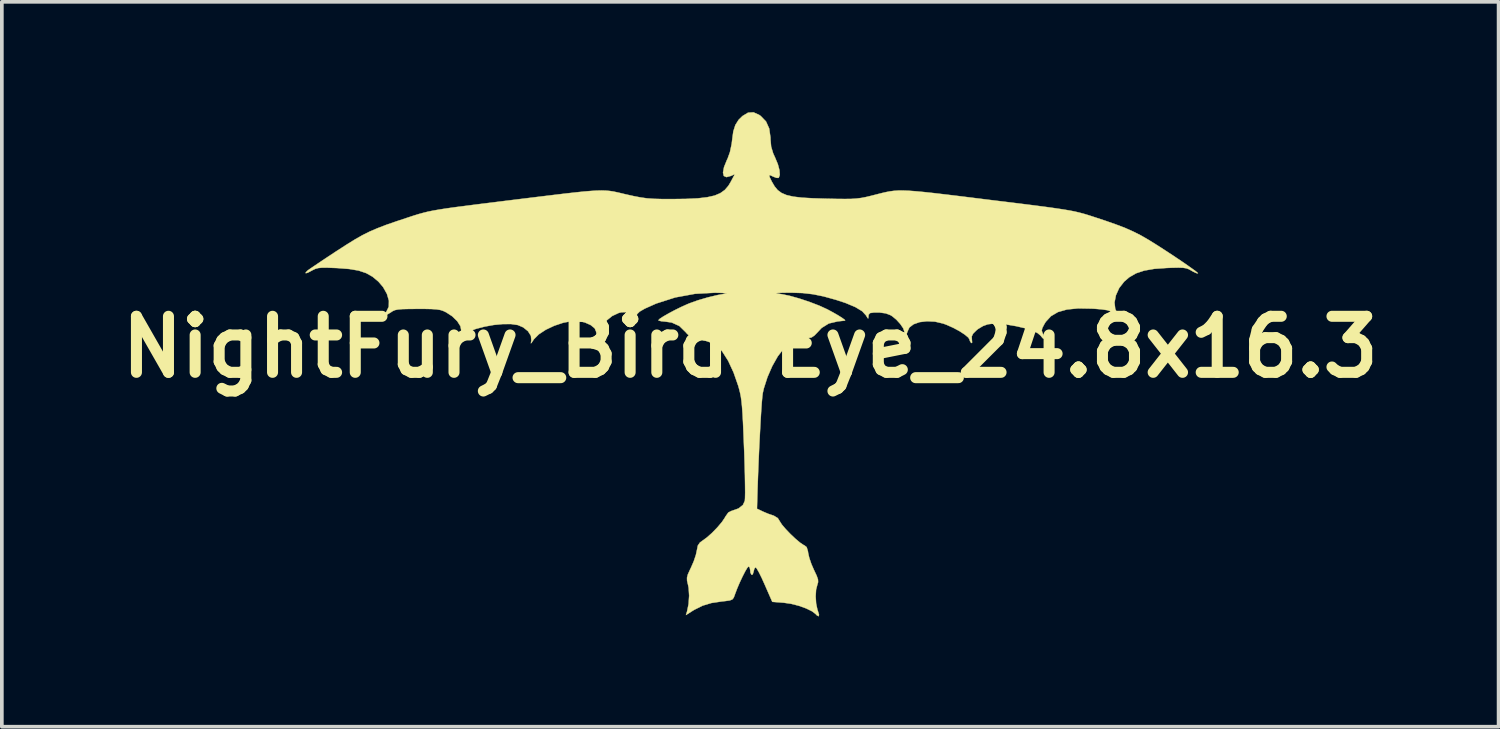
<source format=kicad_pcb>
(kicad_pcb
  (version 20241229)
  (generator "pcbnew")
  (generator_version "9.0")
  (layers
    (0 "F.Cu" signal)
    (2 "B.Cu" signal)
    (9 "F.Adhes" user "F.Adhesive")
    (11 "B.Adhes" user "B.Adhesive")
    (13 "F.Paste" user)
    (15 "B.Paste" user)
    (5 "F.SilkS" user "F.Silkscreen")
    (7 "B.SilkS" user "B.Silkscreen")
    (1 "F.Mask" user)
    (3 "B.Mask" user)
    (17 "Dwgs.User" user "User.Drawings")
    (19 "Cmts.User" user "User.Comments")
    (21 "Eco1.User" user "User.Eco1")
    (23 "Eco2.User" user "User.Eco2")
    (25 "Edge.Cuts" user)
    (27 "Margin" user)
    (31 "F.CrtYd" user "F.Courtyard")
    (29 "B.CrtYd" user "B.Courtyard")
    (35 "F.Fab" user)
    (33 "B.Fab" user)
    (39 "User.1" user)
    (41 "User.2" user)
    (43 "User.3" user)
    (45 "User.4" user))
  (footprint "NightFury_BirdsEye_24.8x16.3"
    (layer "F.Cu")
    (at 17.352 6.386)
    (property "Reference" "NightFury_BirdsEye_24.8x16.3" (at 0 0 0) (layer "F.SilkS") (effects (font (size 1.524 1.524) (thickness 0.3))))
    (attr through_hole)
    (fp_poly (pts (xy 0.249 -6.308) (xy 0.286 -6.281) (xy 0.43 -6.132) (xy 0.516 -5.941) (xy 0.551 -5.696) (xy 0.552 -5.642) (xy 0.569 -5.447) (xy 0.625 -5.263) (xy 0.679 -5.145) (xy 0.752 -4.969) (xy 0.795 -4.808) (xy 0.804 -4.68) (xy 0.777 -4.604) (xy 0.77 -4.598) (xy 0.711 -4.6) (xy 0.621 -4.635) (xy 0.544 -4.672) (xy 0.515 -4.667) (xy 0.532 -4.611) (xy 0.588 -4.496) (xy 0.663 -4.368) (xy 0.747 -4.266) (xy 0.853 -4.188) (xy 0.99 -4.13) (xy 1.17 -4.089) (xy 1.403 -4.061) (xy 1.699 -4.044) (xy 2.053 -4.033) (xy 2.348 -4.027) (xy 2.575 -4.025) (xy 2.751 -4.027) (xy 2.894 -4.037) (xy 3.021 -4.053) (xy 3.15 -4.078) (xy 3.296 -4.113) (xy 3.323 -4.12) (xy 3.464 -4.156) (xy 3.586 -4.187) (xy 3.695 -4.212) (xy 3.8 -4.232) (xy 3.906 -4.246) (xy 4.021 -4.254) (xy 4.154 -4.255) (xy 4.309 -4.249) (xy 4.496 -4.235) (xy 4.721 -4.214) (xy 4.991 -4.185) (xy 5.314 -4.147) (xy 5.697 -4.101) (xy 6.147 -4.045) (xy 6.671 -3.98) (xy 6.879 -3.955) (xy 7.334 -3.899) (xy 7.715 -3.851) (xy 8.03 -3.81) (xy 8.289 -3.774) (xy 8.502 -3.742) (xy 8.678 -3.713) (xy 8.826 -3.684) (xy 8.956 -3.653) (xy 9.077 -3.621) (xy 9.199 -3.584) (xy 9.313 -3.547) (xy 9.665 -3.431) (xy 9.954 -3.329) (xy 10.198 -3.236) (xy 10.414 -3.14) (xy 10.622 -3.035) (xy 10.838 -2.91) (xy 11.081 -2.759) (xy 11.37 -2.572) (xy 11.383 -2.563) (xy 11.614 -2.41) (xy 11.818 -2.272) (xy 11.984 -2.155) (xy 12.105 -2.068) (xy 12.169 -2.015) (xy 12.177 -2.003) (xy 12.131 -2.009) (xy 12.041 -2.051) (xy 12.001 -2.075) (xy 11.93 -2.114) (xy 11.859 -2.14) (xy 11.769 -2.154) (xy 11.642 -2.158) (xy 11.459 -2.154) (xy 11.332 -2.149) (xy 10.989 -2.125) (xy 10.714 -2.077) (xy 10.491 -2.003) (xy 10.306 -1.895) (xy 10.171 -1.779) (xy 10.034 -1.603) (xy 9.945 -1.406) (xy 9.907 -1.209) (xy 9.927 -1.033) (xy 9.972 -0.941) (xy 10.014 -0.867) (xy 9.997 -0.853) (xy 9.92 -0.897) (xy 9.872 -0.932) (xy 9.8 -0.973) (xy 9.702 -1.002) (xy 9.559 -1.023) (xy 9.355 -1.04) (xy 9.292 -1.043) (xy 8.917 -1.05) (xy 8.612 -1.019) (xy 8.369 -0.95) (xy 8.18 -0.839) (xy 8.037 -0.684) (xy 7.997 -0.619) (xy 7.942 -0.513) (xy 7.928 -0.444) (xy 7.952 -0.375) (xy 7.976 -0.333) (xy 8.014 -0.245) (xy 8 -0.214) (xy 7.95 -0.243) (xy 7.896 -0.311) (xy 7.811 -0.381) (xy 7.66 -0.45) (xy 7.461 -0.513) (xy 7.234 -0.566) (xy 6.997 -0.606) (xy 6.768 -0.629) (xy 6.566 -0.63) (xy 6.46 -0.617) (xy 6.331 -0.57) (xy 6.194 -0.488) (xy 6.155 -0.456) (xy 6.061 -0.363) (xy 6.024 -0.287) (xy 6.028 -0.202) (xy 6.035 -0.12) (xy 6.011 -0.106) (xy 5.972 -0.167) (xy 5.969 -0.193) (xy 5.933 -0.255) (xy 5.835 -0.337) (xy 5.693 -0.43) (xy 5.524 -0.521) (xy 5.345 -0.601) (xy 5.249 -0.637) (xy 5.026 -0.689) (xy 4.807 -0.7) (xy 4.607 -0.676) (xy 4.442 -0.618) (xy 4.328 -0.53) (xy 4.283 -0.432) (xy 4.254 -0.355) (xy 4.215 -0.345) (xy 4.192 -0.403) (xy 4.191 -0.422) (xy 4.16 -0.511) (xy 4.081 -0.626) (xy 3.975 -0.743) (xy 3.861 -0.837) (xy 3.814 -0.866) (xy 3.685 -0.915) (xy 3.526 -0.936) (xy 3.355 -0.936) (xy 3.258 -0.922) (xy 3.22 -0.876) (xy 3.216 -0.836) (xy 3.211 -0.777) (xy 3.193 -0.785) (xy 3.151 -0.857) (xy 3.046 -0.972) (xy 2.858 -1.086) (xy 2.585 -1.2) (xy 2.328 -1.284) (xy 1.995 -1.376) (xy 1.705 -1.435) (xy 1.425 -1.467) (xy 1.121 -1.477) (xy 1.04 -1.477) (xy 0.852 -1.474) (xy 0.742 -1.47) (xy 0.705 -1.465) (xy 0.733 -1.455) (xy 0.821 -1.441) (xy 0.857 -1.436) (xy 1.074 -1.391) (xy 1.337 -1.317) (xy 1.616 -1.224) (xy 1.882 -1.122) (xy 2.104 -1.02) (xy 2.105 -1.019) (xy 2.255 -0.938) (xy 2.394 -0.858) (xy 2.505 -0.787) (xy 2.573 -0.737) (xy 2.582 -0.718) (xy 2.531 -0.712) (xy 2.427 -0.701) (xy 2.379 -0.696) (xy 2.137 -0.639) (xy 1.942 -0.518) (xy 1.833 -0.402) (xy 1.746 -0.312) (xy 1.667 -0.259) (xy 1.645 -0.254) (xy 1.494 -0.232) (xy 1.31 -0.174) (xy 1.126 -0.095) (xy 0.973 -0.005) (xy 0.905 0.052) (xy 0.748 0.257) (xy 0.599 0.521) (xy 0.469 0.819) (xy 0.371 1.124) (xy 0.341 1.255) (xy 0.329 1.35) (xy 0.314 1.519) (xy 0.298 1.749) (xy 0.281 2.03) (xy 0.264 2.349) (xy 0.246 2.696) (xy 0.23 3.058) (xy 0.215 3.425) (xy 0.202 3.785) (xy 0.194 4.04) (xy 0.184 4.4) (xy 0.356 4.48) (xy 0.491 4.537) (xy 0.613 4.579) (xy 0.64 4.587) (xy 0.75 4.654) (xy 0.804 4.741) (xy 0.861 4.83) (xy 0.964 4.951) (xy 1.093 5.086) (xy 1.23 5.215) (xy 1.357 5.322) (xy 1.454 5.387) (xy 1.474 5.395) (xy 1.535 5.444) (xy 1.569 5.554) (xy 1.576 5.604) (xy 1.606 5.736) (xy 1.664 5.905) (xy 1.736 6.069) (xy 1.808 6.222) (xy 1.843 6.324) (xy 1.846 6.397) (xy 1.827 6.459) (xy 1.791 6.598) (xy 1.78 6.782) (xy 1.792 6.976) (xy 1.827 7.142) (xy 1.839 7.177) (xy 1.871 7.28) (xy 1.86 7.323) (xy 1.812 7.298) (xy 1.783 7.266) (xy 1.682 7.188) (xy 1.521 7.109) (xy 1.323 7.038) (xy 1.112 6.984) (xy 0.912 6.955) (xy 0.911 6.955) (xy 0.6 6.931) (xy 0.394 6.461) (xy 0.312 6.279) (xy 0.238 6.13) (xy 0.18 6.029) (xy 0.148 5.99) (xy 0.147 5.99) (xy 0.113 6.027) (xy 0.092 6.107) (xy 0.068 6.187) (xy 0.033 6.193) (xy 0.005 6.133) (xy 0 6.072) (xy -0.015 5.994) (xy -0.043 5.969) (xy -0.079 6.005) (xy -0.137 6.102) (xy -0.208 6.24) (xy -0.284 6.402) (xy -0.355 6.568) (xy -0.413 6.721) (xy -0.419 6.74) (xy -0.449 6.818) (xy -0.486 6.865) (xy -0.554 6.892) (xy -0.672 6.909) (xy -0.766 6.919) (xy -1.054 6.962) (xy -1.293 7.034) (xy -1.517 7.145) (xy -1.568 7.176) (xy -1.748 7.29) (xy -1.717 7.19) (xy -1.676 6.99) (xy -1.661 6.763) (xy -1.674 6.552) (xy -1.693 6.459) (xy -1.717 6.357) (xy -1.719 6.274) (xy -1.695 6.183) (xy -1.637 6.055) (xy -1.608 5.995) (xy -1.535 5.827) (xy -1.478 5.657) (xy -1.451 5.532) (xy -1.424 5.4) (xy -1.367 5.317) (xy -1.304 5.272) (xy -1.179 5.181) (xy -1.034 5.052) (xy -0.891 4.904) (xy -0.77 4.761) (xy -0.69 4.643) (xy -0.68 4.621) (xy -0.596 4.502) (xy -0.513 4.46) (xy -0.319 4.392) (xy -0.198 4.296) (xy -0.146 4.183) (xy -0.141 4.108) (xy -0.138 3.96) (xy -0.14 3.75) (xy -0.144 3.49) (xy -0.152 3.192) (xy -0.162 2.868) (xy -0.168 2.733) (xy -0.183 2.356) (xy -0.196 2.053) (xy -0.209 1.812) (xy -0.223 1.62) (xy -0.238 1.468) (xy -0.256 1.342) (xy -0.279 1.232) (xy -0.306 1.127) (xy -0.325 1.059) (xy -0.453 0.692) (xy -0.599 0.377) (xy -0.758 0.127) (xy -0.808 0.066) (xy -0.932 -0.044) (xy -1.097 -0.128) (xy -1.215 -0.169) (xy -1.367 -0.212) (xy -1.494 -0.243) (xy -1.566 -0.254) (xy -1.636 -0.286) (xy -1.723 -0.365) (xy -1.754 -0.402) (xy -1.927 -0.571) (xy -2.135 -0.665) (xy -2.309 -0.69) (xy -2.422 -0.701) (xy -2.489 -0.719) (xy -2.497 -0.728) (xy -2.462 -0.765) (xy -2.366 -0.828) (xy -2.227 -0.908) (xy -2.061 -0.997) (xy -1.885 -1.084) (xy -1.715 -1.161) (xy -1.655 -1.186) (xy -1.423 -1.269) (xy -1.154 -1.348) (xy -0.887 -1.412) (xy -0.659 -1.453) (xy -0.656 -1.453) (xy -0.642 -1.46) (xy -0.701 -1.467) (xy -0.821 -1.472) (xy -0.958 -1.475) (xy -1.5 -1.446) (xy -2.04 -1.347) (xy -2.556 -1.182) (xy -2.868 -1.043) (xy -3.006 -0.963) (xy -3.076 -0.894) (xy -3.093 -0.835) (xy -3.097 -0.768) (xy -3.112 -0.783) (xy -3.132 -0.83) (xy -3.206 -0.91) (xy -3.337 -0.949) (xy -3.503 -0.943) (xy -3.573 -0.927) (xy -3.753 -0.843) (xy -3.928 -0.703) (xy -4.072 -0.53) (xy -4.107 -0.47) (xy -4.157 -0.381) (xy -4.182 -0.363) (xy -4.189 -0.409) (xy -4.189 -0.413) (xy -4.23 -0.509) (xy -4.339 -0.597) (xy -4.497 -0.667) (xy -4.65 -0.703) (xy -4.852 -0.704) (xy -5.086 -0.659) (xy -5.329 -0.578) (xy -5.558 -0.47) (xy -5.75 -0.344) (xy -5.883 -0.21) (xy -5.892 -0.196) (xy -5.947 -0.113) (xy -5.965 -0.099) (xy -5.958 -0.15) (xy -5.952 -0.177) (xy -5.964 -0.304) (xy -6.043 -0.429) (xy -6.173 -0.534) (xy -6.321 -0.597) (xy -6.504 -0.624) (xy -6.728 -0.623) (xy -6.975 -0.599) (xy -7.223 -0.554) (xy -7.455 -0.494) (xy -7.649 -0.421) (xy -7.786 -0.34) (xy -7.819 -0.307) (xy -7.889 -0.24) (xy -7.938 -0.221) (xy -7.942 -0.224) (xy -7.94 -0.273) (xy -7.898 -0.335) (xy -7.856 -0.439) (xy -7.881 -0.566) (xy -7.967 -0.702) (xy -8.105 -0.836) (xy -8.271 -0.944) (xy -8.349 -0.981) (xy -8.43 -1.007) (xy -8.531 -1.023) (xy -8.669 -1.032) (xy -8.862 -1.036) (xy -9.047 -1.036) (xy -9.287 -1.034) (xy -9.458 -1.03) (xy -9.577 -1.02) (xy -9.66 -1.003) (xy -9.722 -0.976) (xy -9.78 -0.937) (xy -9.781 -0.937) (xy -9.879 -0.877) (xy -9.935 -0.867) (xy -9.938 -0.903) (xy -9.892 -0.966) (xy -9.829 -1.095) (xy -9.826 -1.26) (xy -9.88 -1.445) (xy -9.985 -1.631) (xy -10.112 -1.779) (xy -10.27 -1.911) (xy -10.444 -2.009) (xy -10.65 -2.078) (xy -10.905 -2.121) (xy -11.224 -2.146) (xy -11.27 -2.148) (xy -11.487 -2.156) (xy -11.638 -2.157) (xy -11.744 -2.147) (xy -11.824 -2.126) (xy -11.896 -2.092) (xy -11.921 -2.078) (xy -12.029 -2.021) (xy -12.087 -2.005) (xy -12.087 -2.028) (xy -12.034 -2.081) (xy -11.976 -2.122) (xy -11.86 -2.201) (xy -11.697 -2.311) (xy -11.499 -2.443) (xy -11.278 -2.589) (xy -11.23 -2.62) (xy -10.968 -2.789) (xy -10.745 -2.927) (xy -10.544 -3.041) (xy -10.348 -3.139) (xy -10.138 -3.229) (xy -9.899 -3.321) (xy -9.612 -3.42) (xy -9.292 -3.526) (xy -9.149 -3.573) (xy -9.02 -3.613) (xy -8.896 -3.647) (xy -8.768 -3.679) (xy -8.626 -3.708) (xy -8.459 -3.737) (xy -8.26 -3.768) (xy -8.017 -3.802) (xy -7.721 -3.84) (xy -7.363 -3.886) (xy -6.933 -3.939) (xy -6.816 -3.954) (xy -6.265 -4.022) (xy -5.792 -4.08) (xy -5.389 -4.129) (xy -5.048 -4.17) (xy -4.763 -4.202) (xy -4.526 -4.227) (xy -4.331 -4.243) (xy -4.17 -4.253) (xy -4.037 -4.256) (xy -3.923 -4.252) (xy -3.823 -4.243) (xy -3.728 -4.229) (xy -3.632 -4.209) (xy -3.527 -4.185) (xy -3.407 -4.156) (xy -3.394 -4.153) (xy -3.165 -4.102) (xy -2.977 -4.066) (xy -2.804 -4.042) (xy -2.62 -4.029) (xy -2.4 -4.023) (xy -2.145 -4.022) (xy -1.749 -4.027) (xy -1.428 -4.042) (xy -1.171 -4.072) (xy -0.969 -4.117) (xy -0.813 -4.183) (xy -0.691 -4.27) (xy -0.595 -4.382) (xy -0.537 -4.477) (xy -0.418 -4.7) (xy -0.524 -4.652) (xy -0.645 -4.619) (xy -0.718 -4.651) (xy -0.74 -4.744) (xy -0.712 -4.892) (xy -0.631 -5.091) (xy -0.615 -5.122) (xy -0.551 -5.3) (xy -0.504 -5.523) (xy -0.492 -5.623) (xy -0.46 -5.861) (xy -0.404 -6.037) (xy -0.317 -6.176) (xy -0.21 -6.281) (xy -0.059 -6.372) (xy 0.09 -6.381) (xy 0.249 -6.308)) (stroke (width 0.01) (type solid)) (fill yes) (layer "F.SilkS")))
  (gr_rect
    (start -3 -3)
    (end 37.704 16.713)
    (stroke (width 0.1) (type default))
    (fill no)
    (layer "Edge.Cuts")))
</source>
